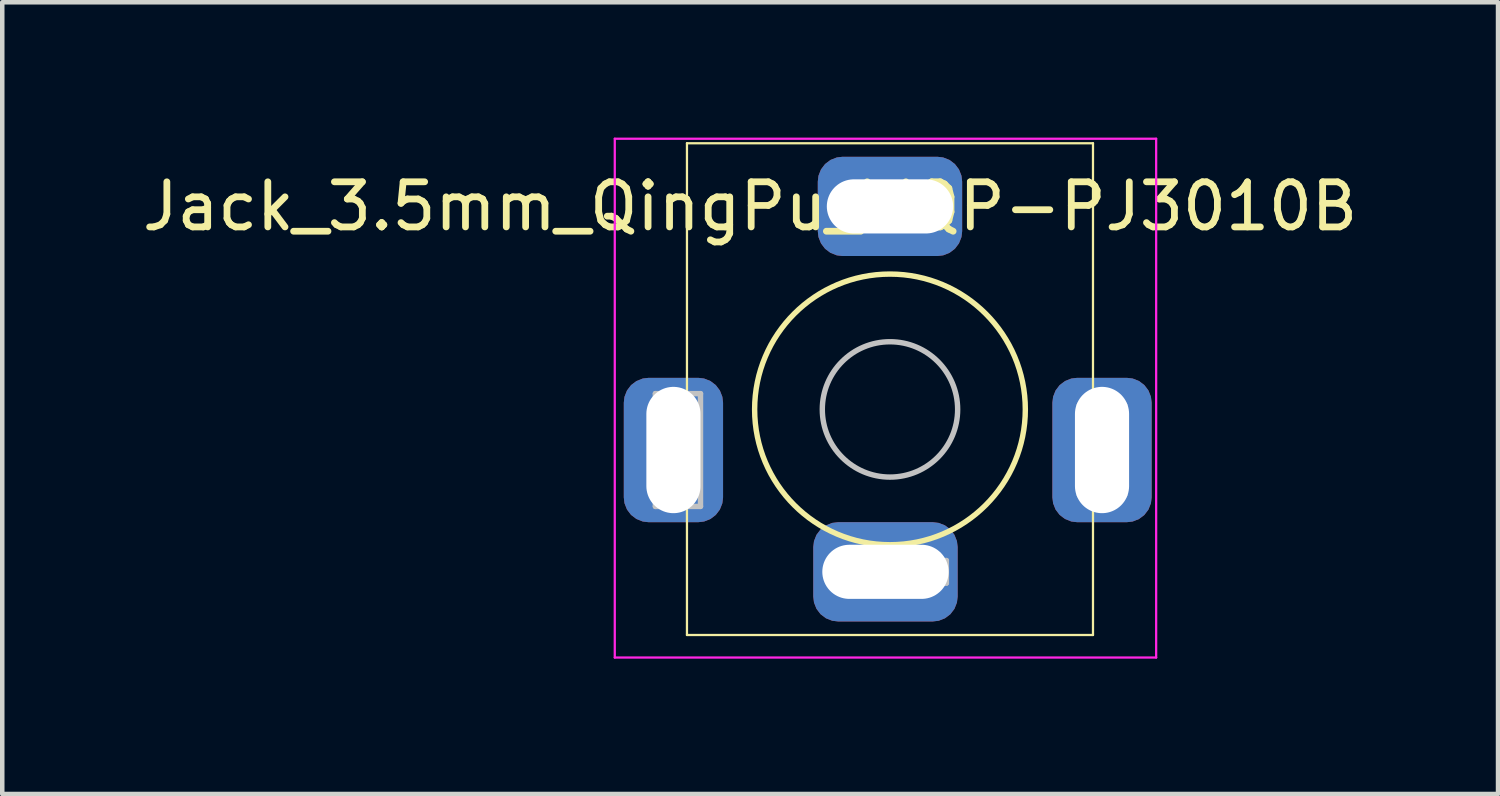
<source format=kicad_pcb>
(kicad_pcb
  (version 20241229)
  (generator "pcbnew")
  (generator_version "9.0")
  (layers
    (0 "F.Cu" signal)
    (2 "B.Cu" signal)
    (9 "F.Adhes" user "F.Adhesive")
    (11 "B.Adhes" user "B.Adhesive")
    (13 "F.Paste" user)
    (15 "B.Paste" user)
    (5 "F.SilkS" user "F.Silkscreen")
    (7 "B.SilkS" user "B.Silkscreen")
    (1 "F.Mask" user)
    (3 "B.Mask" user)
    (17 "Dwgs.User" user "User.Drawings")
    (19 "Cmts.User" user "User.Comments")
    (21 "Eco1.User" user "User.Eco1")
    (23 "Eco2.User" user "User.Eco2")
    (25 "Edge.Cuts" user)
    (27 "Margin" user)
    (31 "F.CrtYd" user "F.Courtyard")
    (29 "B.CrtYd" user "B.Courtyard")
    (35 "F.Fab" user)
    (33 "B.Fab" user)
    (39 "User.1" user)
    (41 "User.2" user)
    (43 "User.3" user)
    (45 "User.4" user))
  (footprint "Jack_3.5mm_QingPu_WQP-PJ3010B"
    (layer "F.Cu")
    (at 16.677 1.525)
    (property "Reference" "Jack_3.5mm_QingPu_WQP-PJ3010B" (at -3.1 0 180) (layer "F.SilkS") (effects (font (size 1 1) (thickness 0.15))))
    (attr through_hole)
    (fp_line (start -4.5 -1.4) (end -4.5 9.5) (stroke (width 0.05) (type solid)) (layer "F.SilkS"))
    (fp_line (start -4.5 -1.4) (end 4.5 -1.4) (stroke (width 0.05) (type solid)) (layer "F.SilkS"))
    (fp_line (start -4.5 9.5) (end 4.5 9.5) (stroke (width 0.05) (type solid)) (layer "F.SilkS"))
    (fp_line (start 4.5 -1.4) (end 4.5 9.5) (stroke (width 0.05) (type solid)) (layer "F.SilkS"))
    (fp_circle (center 0 4.5) (end 3 4.5) (stroke (width 0.12) (type solid)) (fill no) (layer "F.SilkS"))
    (fp_line (start -5.2 6.65) (end -5.2 4.15) (stroke (width 0.12) (type solid)) (layer "Dwgs.User"))
    (fp_line (start -5.2 6.65) (end -4.2 6.65) (stroke (width 0.12) (type solid)) (layer "Dwgs.User"))
    (fp_line (start -4.2 4.15) (end -5.2 4.15) (stroke (width 0.12) (type solid)) (layer "Dwgs.User"))
    (fp_line (start -4.2 4.15) (end -4.2 6.65) (stroke (width 0.12) (type solid)) (layer "Dwgs.User"))
    (fp_line (start -1.25 -0.25) (end -1.25 0.25) (stroke (width 0.12) (type solid)) (layer "Dwgs.User"))
    (fp_line (start -1.25 -0.25) (end 1.25 -0.25) (stroke (width 0.12) (type solid)) (layer "Dwgs.User"))
    (fp_line (start -1.25 7.85) (end -1.25 8.35) (stroke (width 0.12) (type solid)) (layer "Dwgs.User"))
    (fp_line (start -1.25 7.85) (end 1.25 7.85) (stroke (width 0.12) (type solid)) (layer "Dwgs.User"))
    (fp_line (start -0.1 8.1) (end 0.1 8.1) (stroke (width 0.12) (type solid)) (layer "Dwgs.User"))
    (fp_line (start 1.25 -0.25) (end 1.25 0.25) (stroke (width 0.12) (type solid)) (layer "Dwgs.User"))
    (fp_line (start 1.25 0.25) (end -1.25 0.25) (stroke (width 0.12) (type solid)) (layer "Dwgs.User"))
    (fp_line (start 1.25 7.85) (end 1.25 8.35) (stroke (width 0.12) (type solid)) (layer "Dwgs.User"))
    (fp_line (start 1.25 8.35) (end -1.25 8.35) (stroke (width 0.12) (type solid)) (layer "Dwgs.User"))
    (fp_line (start 4.2 4.4) (end 5.2 4.4) (stroke (width 0.12) (type solid)) (layer "Dwgs.User"))
    (fp_line (start 4.2 6.4) (end 4.2 4.4) (stroke (width 0.12) (type solid)) (layer "Dwgs.User"))
    (fp_line (start 5.2 4.4) (end 5.2 6.4) (stroke (width 0.12) (type solid)) (layer "Dwgs.User"))
    (fp_line (start 5.2 6.4) (end 4.2 6.4) (stroke (width 0.12) (type solid)) (layer "Dwgs.User"))
    (fp_circle (center 0 4.5) (end 1.5 4.5) (stroke (width 0.12) (type solid)) (fill no) (layer "Dwgs.User"))
    (fp_line (start -6.1 10) (end -6.1 -1.5) (stroke (width 0.05) (type solid)) (layer "F.CrtYd"))
    (fp_line (start 5.9 -1.5) (end -6.1 -1.5) (stroke (width 0.05) (type solid)) (layer "F.CrtYd"))
    (fp_line (start 5.9 10) (end -6.1 10) (stroke (width 0.05) (type solid)) (layer "F.CrtYd"))
    (fp_line (start 5.9 10) (end 5.9 -1.5) (stroke (width 0.05) (type solid)) (layer "F.CrtYd"))
    (pad "S" thru_hole roundrect (at -4.8 5.4 180) (size 2.2 3.2) (drill oval 1.2 2.8) (layers "*.Cu" "*.Mask") (roundrect_rratio 0.25))
    (pad "S" thru_hole roundrect (at 4.7 5.4 180) (size 2.2 3.2) (drill oval 1.2 2.8) (layers "*.Cu" "*.Mask") (roundrect_rratio 0.25))
    (pad "T" thru_hole roundrect (at 0 0 180) (size 3.2 2.2) (drill oval 2.8 1.2) (layers "*.Cu" "*.Mask") (roundrect_rratio 0.25))
    (pad "TN" thru_hole roundrect (at -0.1 8.1 180) (size 3.2 2.2) (drill oval 2.8 1.2) (layers "*.Cu" "*.Mask") (roundrect_rratio 0.25)))
  (gr_rect
    (start -3 -3)
    (end 30.155 14.55)
    (stroke (width 0.1) (type default))
    (fill no)
    (layer "Edge.Cuts")))
</source>
